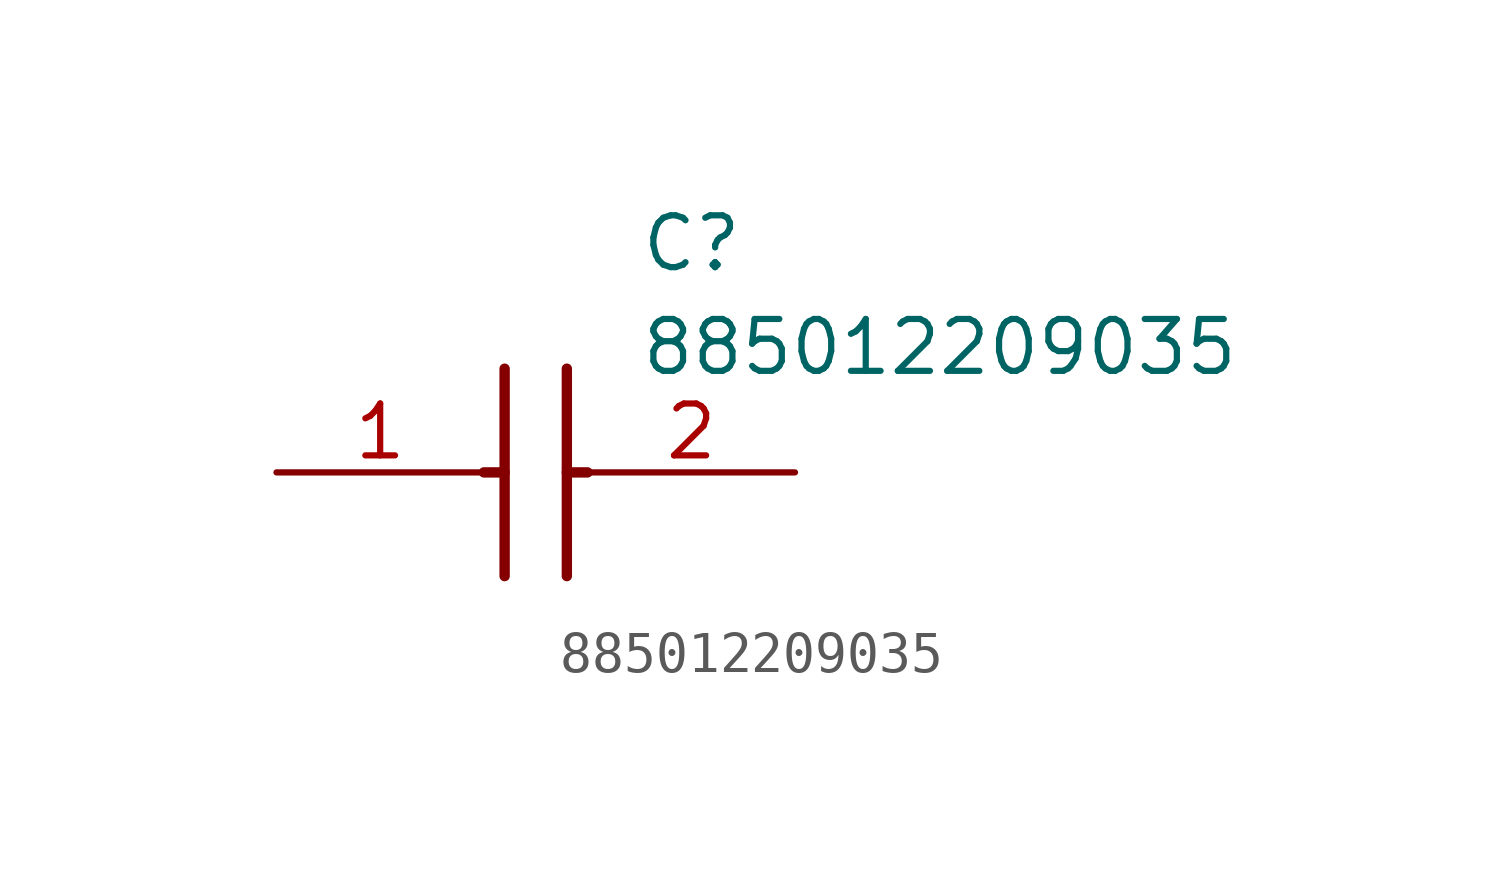
<source format=kicad_sym>
(kicad_symbol_lib
  (version 20211014)
  (generator SamacSys_ECAD_Model)
  (symbol "885012209035"
    (pin_names hide)
    (property "Reference" "C"
      (at 8.89 6.35 0)
      (effects (font (size 1.27 1.27)) (justify left top)))
    (property "Value" "885012209035"
      (at 8.89 3.81 0)
      (effects (font (size 1.27 1.27)) (justify left top)))
    (polyline
      (pts (xy 5.588 2.54) (xy 5.588 -2.54))
      (stroke (width 0.254) (type default))
      (fill (type none)))
    (polyline
      (pts (xy 7.112 2.54) (xy 7.112 -2.54))
      (stroke (width 0.254) (type default))
      (fill (type none)))
    (polyline
      (pts (xy 5.08 0) (xy 5.588 0))
      (stroke (width 0.254) (type default))
      (fill (type none)))
    (polyline
      (pts (xy 7.112 0) (xy 7.62 0))
      (stroke (width 0.254) (type default))
      (fill (type none)))
    (pin passive line
      (at 0 0 0)
      (length 5.08)
      (name "1" (effects (font (size 1.27 1.27))))
      (number "1" (effects (font (size 1.27 1.27)))))
    (pin passive line
      (at 12.7 0 180)
      (length 5.08)
      (name "2" (effects (font (size 1.27 1.27))))
      (number "2" (effects (font (size 1.27 1.27)))))))
</source>
